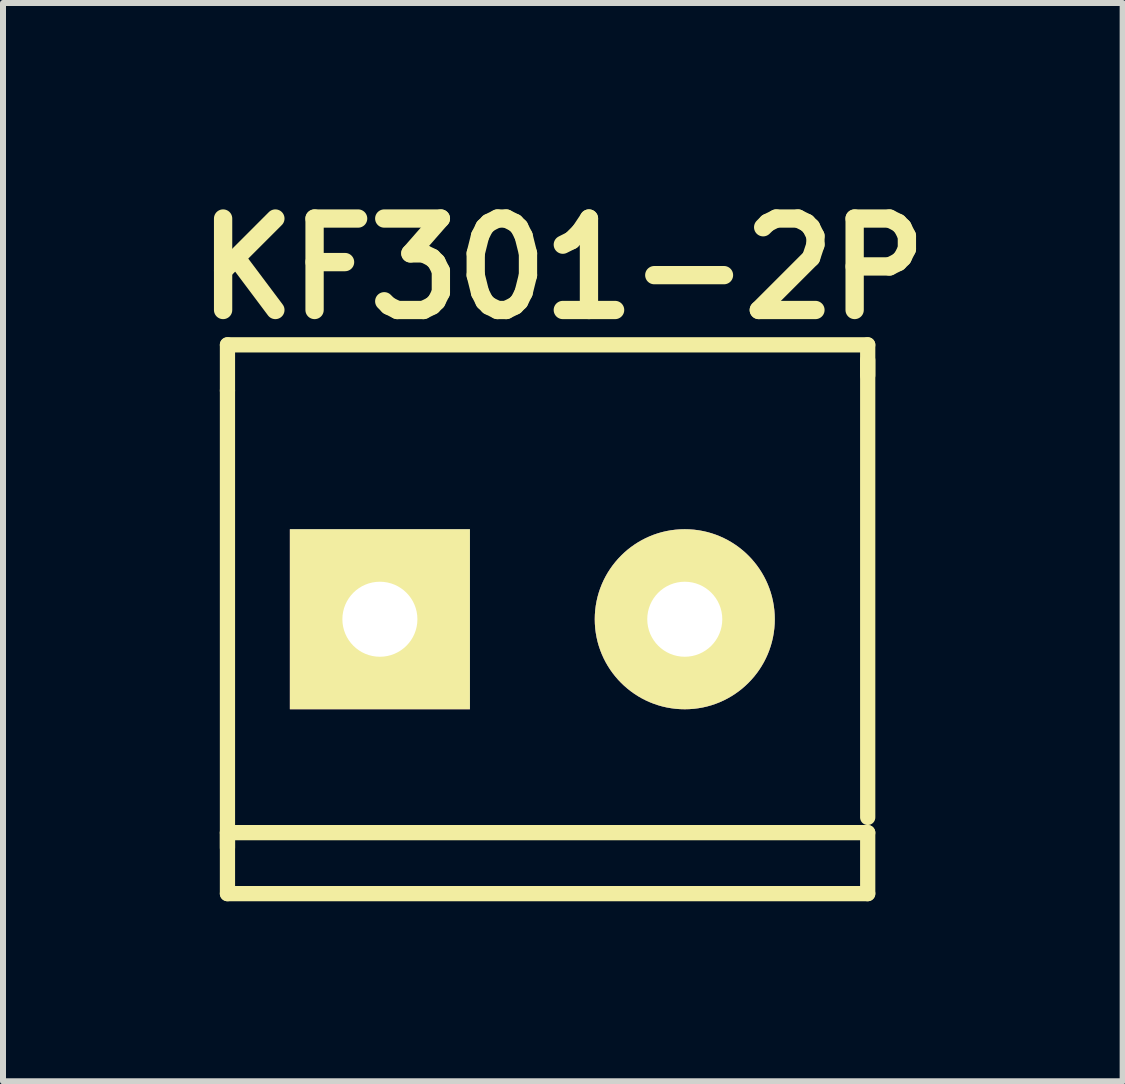
<source format=kicad_pcb>
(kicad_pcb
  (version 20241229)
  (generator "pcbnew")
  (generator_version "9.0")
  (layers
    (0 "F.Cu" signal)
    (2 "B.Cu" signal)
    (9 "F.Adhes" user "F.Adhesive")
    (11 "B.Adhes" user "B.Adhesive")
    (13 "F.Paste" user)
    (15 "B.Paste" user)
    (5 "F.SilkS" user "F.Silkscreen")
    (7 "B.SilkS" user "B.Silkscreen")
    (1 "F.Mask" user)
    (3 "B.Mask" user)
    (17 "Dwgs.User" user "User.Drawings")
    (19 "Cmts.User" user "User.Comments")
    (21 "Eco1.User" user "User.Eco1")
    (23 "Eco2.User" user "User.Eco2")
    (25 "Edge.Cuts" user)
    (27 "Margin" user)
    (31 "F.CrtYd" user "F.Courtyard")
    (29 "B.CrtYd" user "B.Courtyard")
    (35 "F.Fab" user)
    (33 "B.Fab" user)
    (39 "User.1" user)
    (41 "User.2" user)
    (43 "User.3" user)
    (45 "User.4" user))
  (footprint "KF301-2P"
    (layer "F.Cu")
    (at 8.36 7.268)
    (property "Reference" "KF301-2P" (at -2.032 -5.842 0) (layer "F.SilkS") (effects (font (size 1.524 1.524) (thickness 0.305))))
    (attr through_hole)
    (fp_line (start -7.62 -4.572) (end -7.62 -3.81) (stroke (width 0.254) (type solid)) (layer "F.SilkS"))
    (fp_line (start -7.62 -4.572) (end 3.048 -4.572) (stroke (width 0.254) (type solid)) (layer "F.SilkS"))
    (fp_line (start -7.62 3.556) (end 3.048 3.556) (stroke (width 0.254) (type solid)) (layer "F.SilkS"))
    (fp_line (start -7.62 3.81) (end -7.62 -3.81) (stroke (width 0.254) (type solid)) (layer "F.SilkS"))
    (fp_line (start -7.62 4.572) (end -7.62 3.556) (stroke (width 0.254) (type solid)) (layer "F.SilkS"))
    (fp_line (start 3.048 -4.572) (end 3.048 -4.064) (stroke (width 0.254) (type solid)) (layer "F.SilkS"))
    (fp_line (start 3.048 3.302) (end 3.048 -4.318) (stroke (width 0.254) (type solid)) (layer "F.SilkS"))
    (fp_line (start 3.048 3.556) (end 3.048 4.572) (stroke (width 0.254) (type solid)) (layer "F.SilkS"))
    (fp_line (start 3.048 4.572) (end -7.62 4.572) (stroke (width 0.254) (type solid)) (layer "F.SilkS"))
    (pad "1" thru_hole rect (at -5.08 0) (size 3 3) (drill 1.25) (layers "*.Cu" "*.Mask" "F.SilkS"))
    (pad "2" thru_hole circle (at 0 0) (size 3 3) (drill 1.25) (layers "*.Cu" "*.Mask" "F.SilkS")))
  (gr_rect
    (start -3 -3)
    (end 15.656 14.967)
    (stroke (width 0.1) (type default))
    (fill no)
    (layer "Edge.Cuts")))
</source>
